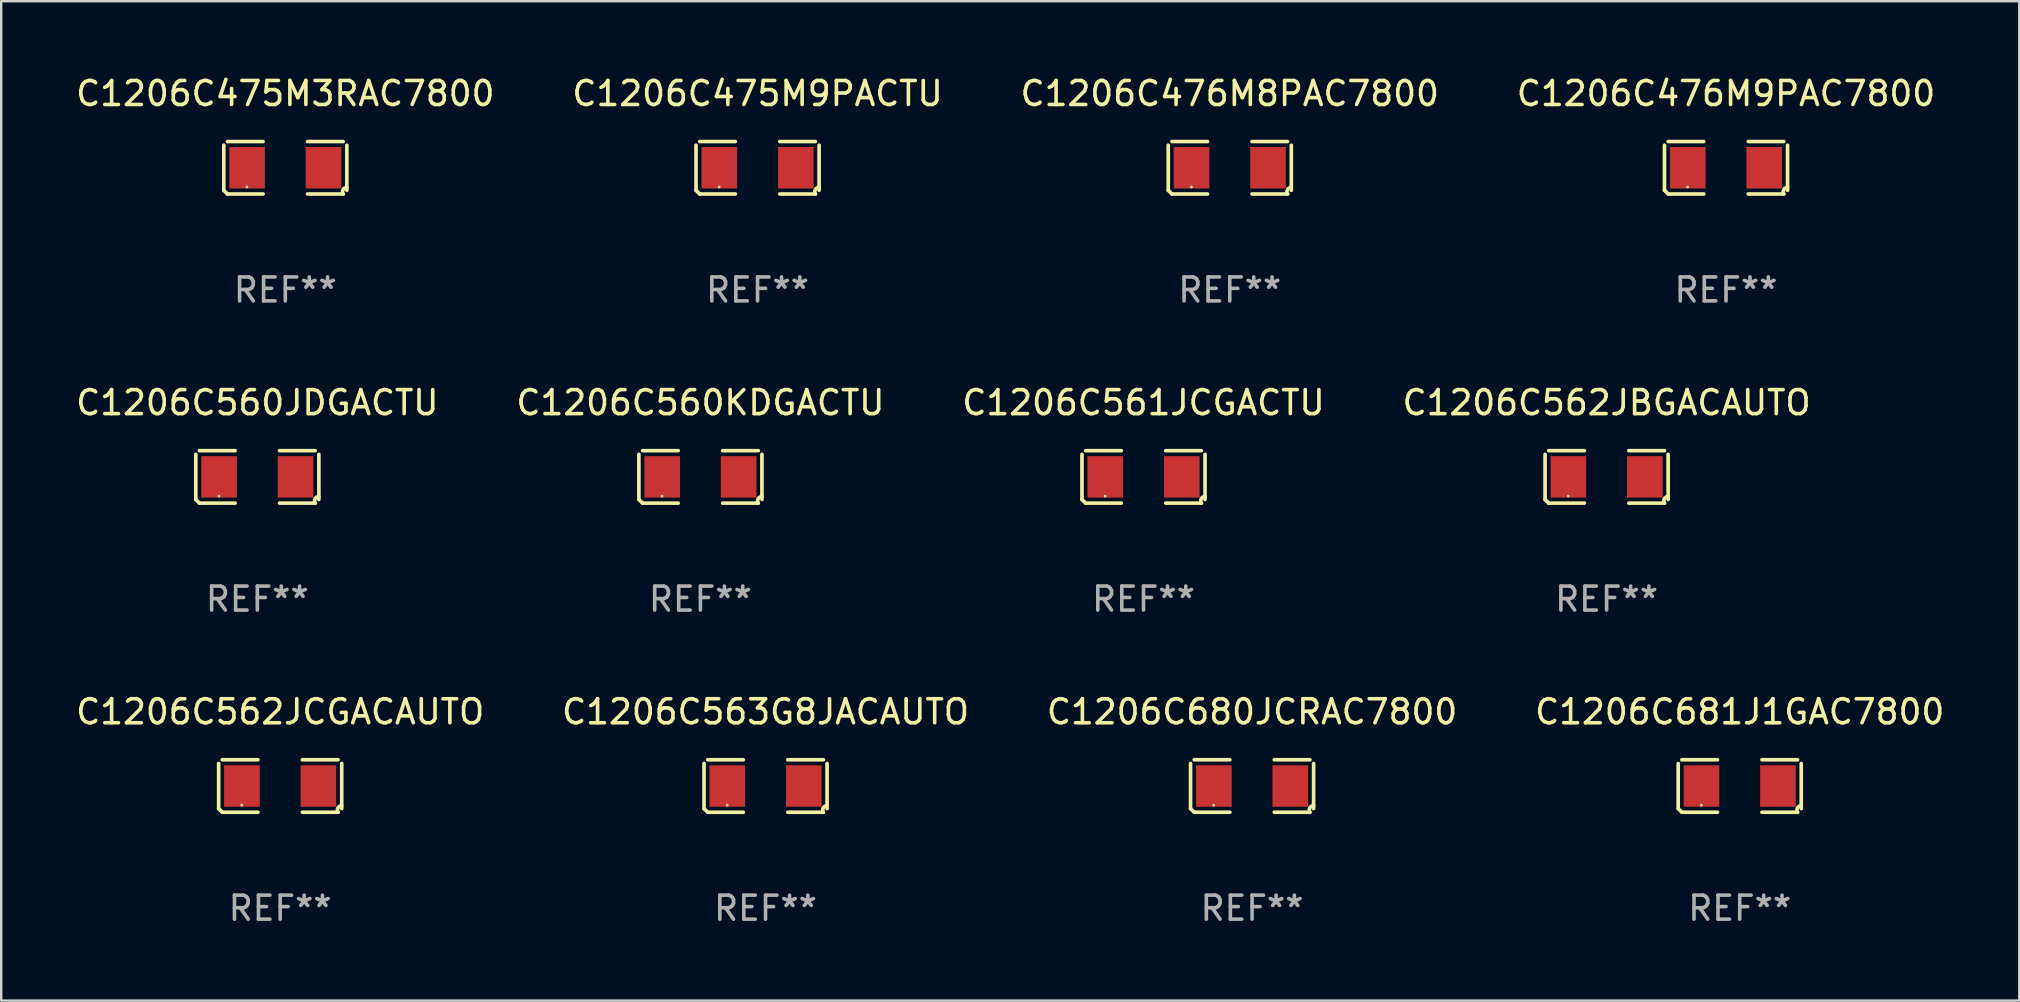
<source format=kicad_pcb>
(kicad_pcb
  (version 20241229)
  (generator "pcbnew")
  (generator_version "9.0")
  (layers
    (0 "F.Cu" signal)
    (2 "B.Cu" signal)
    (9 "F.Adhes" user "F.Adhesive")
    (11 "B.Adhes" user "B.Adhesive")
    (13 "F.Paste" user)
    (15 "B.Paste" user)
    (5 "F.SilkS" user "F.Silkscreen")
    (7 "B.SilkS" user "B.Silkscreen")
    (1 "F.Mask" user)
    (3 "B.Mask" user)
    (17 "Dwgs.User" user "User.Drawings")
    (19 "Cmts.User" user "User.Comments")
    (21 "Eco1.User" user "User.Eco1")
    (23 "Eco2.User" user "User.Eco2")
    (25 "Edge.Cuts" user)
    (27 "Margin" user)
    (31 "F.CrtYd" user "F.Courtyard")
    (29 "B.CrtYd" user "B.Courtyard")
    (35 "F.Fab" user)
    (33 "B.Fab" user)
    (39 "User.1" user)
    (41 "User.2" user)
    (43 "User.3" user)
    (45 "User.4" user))
  (footprint "C1206C560JDGACTU"
    (layer "F.Cu")
    (at 7.673 16.823)
    (property "Reference" "C1206C560JDGACTU" (at 0 -3.093 0) (layer "F.SilkS") (effects (font (size 1 1) (thickness 0.15))))
    (attr through_hole)
    (fp_line (start -2.564 0.94) (end -2.564 -0.94) (stroke (width 0.152) (type solid)) (layer "F.SilkS"))
    (fp_line (start -2.411 -1.093) (end -0.926 -1.093) (stroke (width 0.152) (type solid)) (layer "F.SilkS"))
    (fp_line (start -0.926 1.093) (end -2.411 1.093) (stroke (width 0.152) (type solid)) (layer "F.SilkS"))
    (fp_line (start 0.926 1.093) (end 2.411 1.093) (stroke (width 0.152) (type solid)) (layer "F.SilkS"))
    (fp_line (start 2.411 -1.093) (end 0.926 -1.093) (stroke (width 0.152) (type solid)) (layer "F.SilkS"))
    (fp_line (start 2.564 0.94) (end 2.564 -0.94) (stroke (width 0.152) (type solid)) (layer "F.SilkS"))
    (fp_arc (start -2.411201 1.092609) (mid -2.487413 1.01642) (end -2.563602 0.940208) (stroke (width 0.1524) (type solid)) (layer "F.SilkS"))
    (fp_arc (start 2.411201 1.092609) (mid 2.407159 0.911226) (end 2.563602 0.819347) (stroke (width 0.1524) (type solid)) (layer "F.SilkS"))
    (fp_circle (center -1.6 0.8) (end -1.57 0.8) (stroke (width 0.06) (type solid)) (fill no) (layer "F.SilkS"))
    (fp_text user "REF**" (at 0 5.093 0) (layer "F.Fab") (effects (font (size 1 1) (thickness 0.15))))
    (pad "1" smd rect (at -1.593 0) (size 1.485 1.728) (layers "F.Cu" "F.Mask" "F.Paste"))
    (pad "2" smd rect (at 1.593 0) (size 1.485 1.728) (layers "F.Cu" "F.Mask" "F.Paste")))
  (footprint "C1206C561JCGACTU"
    (layer "F.Cu")
    (at 44.601 16.823)
    (property "Reference" "C1206C561JCGACTU" (at 0 -3.093 0) (layer "F.SilkS") (effects (font (size 1 1) (thickness 0.15))))
    (attr through_hole)
    (fp_line (start -2.564 0.94) (end -2.564 -0.94) (stroke (width 0.152) (type solid)) (layer "F.SilkS"))
    (fp_line (start -2.411 -1.093) (end -0.926 -1.093) (stroke (width 0.152) (type solid)) (layer "F.SilkS"))
    (fp_line (start -0.926 1.093) (end -2.411 1.093) (stroke (width 0.152) (type solid)) (layer "F.SilkS"))
    (fp_line (start 0.926 1.093) (end 2.411 1.093) (stroke (width 0.152) (type solid)) (layer "F.SilkS"))
    (fp_line (start 2.411 -1.093) (end 0.926 -1.093) (stroke (width 0.152) (type solid)) (layer "F.SilkS"))
    (fp_line (start 2.564 0.94) (end 2.564 -0.94) (stroke (width 0.152) (type solid)) (layer "F.SilkS"))
    (fp_arc (start -2.411201 1.092609) (mid -2.487413 1.01642) (end -2.563602 0.940208) (stroke (width 0.1524) (type solid)) (layer "F.SilkS"))
    (fp_arc (start 2.411201 1.092609) (mid 2.407159 0.911226) (end 2.563602 0.819347) (stroke (width 0.1524) (type solid)) (layer "F.SilkS"))
    (fp_circle (center -1.6 0.8) (end -1.57 0.8) (stroke (width 0.06) (type solid)) (fill no) (layer "F.SilkS"))
    (fp_text user "REF**" (at 0 5.093 0) (layer "F.Fab") (effects (font (size 1 1) (thickness 0.15))))
    (pad "1" smd rect (at -1.593 0) (size 1.485 1.728) (layers "F.Cu" "F.Mask" "F.Paste"))
    (pad "2" smd rect (at 1.593 0) (size 1.485 1.728) (layers "F.Cu" "F.Mask" "F.Paste")))
  (footprint "C1206C562JBGACAUTO"
    (layer "F.Cu")
    (at 63.899 16.823)
    (property "Reference" "C1206C562JBGACAUTO" (at 0 -3.093 0) (layer "F.SilkS") (effects (font (size 1 1) (thickness 0.15))))
    (attr through_hole)
    (fp_line (start -2.564 0.94) (end -2.564 -0.94) (stroke (width 0.152) (type solid)) (layer "F.SilkS"))
    (fp_line (start -2.411 -1.093) (end -0.926 -1.093) (stroke (width 0.152) (type solid)) (layer "F.SilkS"))
    (fp_line (start -0.926 1.093) (end -2.411 1.093) (stroke (width 0.152) (type solid)) (layer "F.SilkS"))
    (fp_line (start 0.926 1.093) (end 2.411 1.093) (stroke (width 0.152) (type solid)) (layer "F.SilkS"))
    (fp_line (start 2.411 -1.093) (end 0.926 -1.093) (stroke (width 0.152) (type solid)) (layer "F.SilkS"))
    (fp_line (start 2.564 0.94) (end 2.564 -0.94) (stroke (width 0.152) (type solid)) (layer "F.SilkS"))
    (fp_arc (start -2.411201 1.092609) (mid -2.487413 1.01642) (end -2.563602 0.940208) (stroke (width 0.1524) (type solid)) (layer "F.SilkS"))
    (fp_arc (start 2.411201 1.092609) (mid 2.407159 0.911226) (end 2.563602 0.819347) (stroke (width 0.1524) (type solid)) (layer "F.SilkS"))
    (fp_circle (center -1.6 0.8) (end -1.57 0.8) (stroke (width 0.06) (type solid)) (fill no) (layer "F.SilkS"))
    (fp_text user "REF**" (at 0 5.093 0) (layer "F.Fab") (effects (font (size 1 1) (thickness 0.15))))
    (pad "1" smd rect (at -1.593 0) (size 1.485 1.728) (layers "F.Cu" "F.Mask" "F.Paste"))
    (pad "2" smd rect (at 1.593 0) (size 1.485 1.728) (layers "F.Cu" "F.Mask" "F.Paste")))
  (footprint "C1206C475M3RAC7800"
    (layer "F.Cu")
    (at 8.839 3.941)
    (property "Reference" "C1206C475M3RAC7800" (at 0 -3.093 0) (layer "F.SilkS") (effects (font (size 1 1) (thickness 0.15))))
    (attr through_hole)
    (fp_line (start -2.564 0.94) (end -2.564 -0.94) (stroke (width 0.152) (type solid)) (layer "F.SilkS"))
    (fp_line (start -2.411 -1.093) (end -0.926 -1.093) (stroke (width 0.152) (type solid)) (layer "F.SilkS"))
    (fp_line (start -0.926 1.093) (end -2.411 1.093) (stroke (width 0.152) (type solid)) (layer "F.SilkS"))
    (fp_line (start 0.926 1.093) (end 2.411 1.093) (stroke (width 0.152) (type solid)) (layer "F.SilkS"))
    (fp_line (start 2.411 -1.093) (end 0.926 -1.093) (stroke (width 0.152) (type solid)) (layer "F.SilkS"))
    (fp_line (start 2.564 0.94) (end 2.564 -0.94) (stroke (width 0.152) (type solid)) (layer "F.SilkS"))
    (fp_arc (start -2.411201 1.092609) (mid -2.487413 1.01642) (end -2.563602 0.940208) (stroke (width 0.1524) (type solid)) (layer "F.SilkS"))
    (fp_arc (start 2.411201 1.092609) (mid 2.407159 0.911226) (end 2.563602 0.819347) (stroke (width 0.1524) (type solid)) (layer "F.SilkS"))
    (fp_circle (center -1.6 0.8) (end -1.57 0.8) (stroke (width 0.06) (type solid)) (fill no) (layer "F.SilkS"))
    (fp_text user "REF**" (at 0 5.093 0) (layer "F.Fab") (effects (font (size 1 1) (thickness 0.15))))
    (pad "1" smd rect (at -1.593 0) (size 1.485 1.728) (layers "F.Cu" "F.Mask" "F.Paste"))
    (pad "2" smd rect (at 1.593 0) (size 1.485 1.728) (layers "F.Cu" "F.Mask" "F.Paste")))
  (footprint "C1206C560KDGACTU"
    (layer "F.Cu")
    (at 26.137 16.823)
    (property "Reference" "C1206C560KDGACTU" (at 0 -3.093 0) (layer "F.SilkS") (effects (font (size 1 1) (thickness 0.15))))
    (attr through_hole)
    (fp_line (start -2.564 0.94) (end -2.564 -0.94) (stroke (width 0.152) (type solid)) (layer "F.SilkS"))
    (fp_line (start -2.411 -1.093) (end -0.926 -1.093) (stroke (width 0.152) (type solid)) (layer "F.SilkS"))
    (fp_line (start -0.926 1.093) (end -2.411 1.093) (stroke (width 0.152) (type solid)) (layer "F.SilkS"))
    (fp_line (start 0.926 1.093) (end 2.411 1.093) (stroke (width 0.152) (type solid)) (layer "F.SilkS"))
    (fp_line (start 2.411 -1.093) (end 0.926 -1.093) (stroke (width 0.152) (type solid)) (layer "F.SilkS"))
    (fp_line (start 2.564 0.94) (end 2.564 -0.94) (stroke (width 0.152) (type solid)) (layer "F.SilkS"))
    (fp_arc (start -2.411201 1.092609) (mid -2.487413 1.01642) (end -2.563602 0.940208) (stroke (width 0.1524) (type solid)) (layer "F.SilkS"))
    (fp_arc (start 2.411201 1.092609) (mid 2.407159 0.911226) (end 2.563602 0.819347) (stroke (width 0.1524) (type solid)) (layer "F.SilkS"))
    (fp_circle (center -1.6 0.8) (end -1.57 0.8) (stroke (width 0.06) (type solid)) (fill no) (layer "F.SilkS"))
    (fp_text user "REF**" (at 0 5.093 0) (layer "F.Fab") (effects (font (size 1 1) (thickness 0.15))))
    (pad "1" smd rect (at -1.593 0) (size 1.485 1.728) (layers "F.Cu" "F.Mask" "F.Paste"))
    (pad "2" smd rect (at 1.593 0) (size 1.485 1.728) (layers "F.Cu" "F.Mask" "F.Paste")))
  (footprint "C1206C476M9PAC7800"
    (layer "F.Cu")
    (at 68.875 3.941)
    (property "Reference" "C1206C476M9PAC7800" (at 0 -3.093 0) (layer "F.SilkS") (effects (font (size 1 1) (thickness 0.15))))
    (attr through_hole)
    (fp_line (start -2.564 0.94) (end -2.564 -0.94) (stroke (width 0.152) (type solid)) (layer "F.SilkS"))
    (fp_line (start -2.411 -1.093) (end -0.926 -1.093) (stroke (width 0.152) (type solid)) (layer "F.SilkS"))
    (fp_line (start -0.926 1.093) (end -2.411 1.093) (stroke (width 0.152) (type solid)) (layer "F.SilkS"))
    (fp_line (start 0.926 1.093) (end 2.411 1.093) (stroke (width 0.152) (type solid)) (layer "F.SilkS"))
    (fp_line (start 2.411 -1.093) (end 0.926 -1.093) (stroke (width 0.152) (type solid)) (layer "F.SilkS"))
    (fp_line (start 2.564 0.94) (end 2.564 -0.94) (stroke (width 0.152) (type solid)) (layer "F.SilkS"))
    (fp_arc (start -2.411201 1.092609) (mid -2.487413 1.01642) (end -2.563602 0.940208) (stroke (width 0.1524) (type solid)) (layer "F.SilkS"))
    (fp_arc (start 2.411201 1.092609) (mid 2.407159 0.911226) (end 2.563602 0.819347) (stroke (width 0.1524) (type solid)) (layer "F.SilkS"))
    (fp_circle (center -1.6 0.8) (end -1.57 0.8) (stroke (width 0.06) (type solid)) (fill no) (layer "F.SilkS"))
    (fp_text user "REF**" (at 0 5.093 0) (layer "F.Fab") (effects (font (size 1 1) (thickness 0.15))))
    (pad "1" smd rect (at -1.593 0) (size 1.485 1.728) (layers "F.Cu" "F.Mask" "F.Paste"))
    (pad "2" smd rect (at 1.593 0) (size 1.485 1.728) (layers "F.Cu" "F.Mask" "F.Paste")))
  (footprint "C1206C562JCGACAUTO"
    (layer "F.Cu")
    (at 8.625 29.704)
    (property "Reference" "C1206C562JCGACAUTO" (at 0 -3.093 0) (layer "F.SilkS") (effects (font (size 1 1) (thickness 0.15))))
    (attr through_hole)
    (fp_line (start -2.564 0.94) (end -2.564 -0.94) (stroke (width 0.152) (type solid)) (layer "F.SilkS"))
    (fp_line (start -2.411 -1.093) (end -0.926 -1.093) (stroke (width 0.152) (type solid)) (layer "F.SilkS"))
    (fp_line (start -0.926 1.093) (end -2.411 1.093) (stroke (width 0.152) (type solid)) (layer "F.SilkS"))
    (fp_line (start 0.926 1.093) (end 2.411 1.093) (stroke (width 0.152) (type solid)) (layer "F.SilkS"))
    (fp_line (start 2.411 -1.093) (end 0.926 -1.093) (stroke (width 0.152) (type solid)) (layer "F.SilkS"))
    (fp_line (start 2.564 0.94) (end 2.564 -0.94) (stroke (width 0.152) (type solid)) (layer "F.SilkS"))
    (fp_arc (start -2.411201 1.092609) (mid -2.487413 1.01642) (end -2.563602 0.940208) (stroke (width 0.1524) (type solid)) (layer "F.SilkS"))
    (fp_arc (start 2.411201 1.092609) (mid 2.407159 0.911226) (end 2.563602 0.819347) (stroke (width 0.1524) (type solid)) (layer "F.SilkS"))
    (fp_circle (center -1.6 0.8) (end -1.57 0.8) (stroke (width 0.06) (type solid)) (fill no) (layer "F.SilkS"))
    (fp_text user "REF**" (at 0 5.093 0) (layer "F.Fab") (effects (font (size 1 1) (thickness 0.15))))
    (pad "1" smd rect (at -1.593 0) (size 1.485 1.728) (layers "F.Cu" "F.Mask" "F.Paste"))
    (pad "2" smd rect (at 1.593 0) (size 1.485 1.728) (layers "F.Cu" "F.Mask" "F.Paste")))
  (footprint "C1206C681J1GAC7800"
    (layer "F.Cu")
    (at 69.446 29.704)
    (property "Reference" "C1206C681J1GAC7800" (at 0 -3.093 0) (layer "F.SilkS") (effects (font (size 1 1) (thickness 0.15))))
    (attr through_hole)
    (fp_line (start -2.564 0.94) (end -2.564 -0.94) (stroke (width 0.152) (type solid)) (layer "F.SilkS"))
    (fp_line (start -2.411 -1.093) (end -0.926 -1.093) (stroke (width 0.152) (type solid)) (layer "F.SilkS"))
    (fp_line (start -0.926 1.093) (end -2.411 1.093) (stroke (width 0.152) (type solid)) (layer "F.SilkS"))
    (fp_line (start 0.926 1.093) (end 2.411 1.093) (stroke (width 0.152) (type solid)) (layer "F.SilkS"))
    (fp_line (start 2.411 -1.093) (end 0.926 -1.093) (stroke (width 0.152) (type solid)) (layer "F.SilkS"))
    (fp_line (start 2.564 0.94) (end 2.564 -0.94) (stroke (width 0.152) (type solid)) (layer "F.SilkS"))
    (fp_arc (start -2.411201 1.092609) (mid -2.487413 1.01642) (end -2.563602 0.940208) (stroke (width 0.1524) (type solid)) (layer "F.SilkS"))
    (fp_arc (start 2.411201 1.092609) (mid 2.407159 0.911226) (end 2.563602 0.819347) (stroke (width 0.1524) (type solid)) (layer "F.SilkS"))
    (fp_circle (center -1.6 0.8) (end -1.57 0.8) (stroke (width 0.06) (type solid)) (fill no) (layer "F.SilkS"))
    (fp_text user "REF**" (at 0 5.093 0) (layer "F.Fab") (effects (font (size 1 1) (thickness 0.15))))
    (pad "1" smd rect (at -1.593 0) (size 1.485 1.728) (layers "F.Cu" "F.Mask" "F.Paste"))
    (pad "2" smd rect (at 1.593 0) (size 1.485 1.728) (layers "F.Cu" "F.Mask" "F.Paste")))
  (footprint "C1206C680JCRAC7800"
    (layer "F.Cu")
    (at 49.125 29.704)
    (property "Reference" "C1206C680JCRAC7800" (at 0 -3.093 0) (layer "F.SilkS") (effects (font (size 1 1) (thickness 0.15))))
    (attr through_hole)
    (fp_line (start -2.564 0.94) (end -2.564 -0.94) (stroke (width 0.152) (type solid)) (layer "F.SilkS"))
    (fp_line (start -2.411 -1.093) (end -0.926 -1.093) (stroke (width 0.152) (type solid)) (layer "F.SilkS"))
    (fp_line (start -0.926 1.093) (end -2.411 1.093) (stroke (width 0.152) (type solid)) (layer "F.SilkS"))
    (fp_line (start 0.926 1.093) (end 2.411 1.093) (stroke (width 0.152) (type solid)) (layer "F.SilkS"))
    (fp_line (start 2.411 -1.093) (end 0.926 -1.093) (stroke (width 0.152) (type solid)) (layer "F.SilkS"))
    (fp_line (start 2.564 0.94) (end 2.564 -0.94) (stroke (width 0.152) (type solid)) (layer "F.SilkS"))
    (fp_arc (start -2.411201 1.092609) (mid -2.487413 1.01642) (end -2.563602 0.940208) (stroke (width 0.1524) (type solid)) (layer "F.SilkS"))
    (fp_arc (start 2.411201 1.092609) (mid 2.407159 0.911226) (end 2.563602 0.819347) (stroke (width 0.1524) (type solid)) (layer "F.SilkS"))
    (fp_circle (center -1.6 0.8) (end -1.57 0.8) (stroke (width 0.06) (type solid)) (fill no) (layer "F.SilkS"))
    (fp_text user "REF**" (at 0 5.093 0) (layer "F.Fab") (effects (font (size 1 1) (thickness 0.15))))
    (pad "1" smd rect (at -1.593 0) (size 1.485 1.728) (layers "F.Cu" "F.Mask" "F.Paste"))
    (pad "2" smd rect (at 1.593 0) (size 1.485 1.728) (layers "F.Cu" "F.Mask" "F.Paste")))
  (footprint "C1206C563G8JACAUTO"
    (layer "F.Cu")
    (at 28.851 29.704)
    (property "Reference" "C1206C563G8JACAUTO" (at 0 -3.093 0) (layer "F.SilkS") (effects (font (size 1 1) (thickness 0.15))))
    (attr through_hole)
    (fp_line (start -2.564 0.94) (end -2.564 -0.94) (stroke (width 0.152) (type solid)) (layer "F.SilkS"))
    (fp_line (start -2.411 -1.093) (end -0.926 -1.093) (stroke (width 0.152) (type solid)) (layer "F.SilkS"))
    (fp_line (start -0.926 1.093) (end -2.411 1.093) (stroke (width 0.152) (type solid)) (layer "F.SilkS"))
    (fp_line (start 0.926 1.093) (end 2.411 1.093) (stroke (width 0.152) (type solid)) (layer "F.SilkS"))
    (fp_line (start 2.411 -1.093) (end 0.926 -1.093) (stroke (width 0.152) (type solid)) (layer "F.SilkS"))
    (fp_line (start 2.564 0.94) (end 2.564 -0.94) (stroke (width 0.152) (type solid)) (layer "F.SilkS"))
    (fp_arc (start -2.411201 1.092609) (mid -2.487413 1.01642) (end -2.563602 0.940208) (stroke (width 0.1524) (type solid)) (layer "F.SilkS"))
    (fp_arc (start 2.411201 1.092609) (mid 2.407159 0.911226) (end 2.563602 0.819347) (stroke (width 0.1524) (type solid)) (layer "F.SilkS"))
    (fp_circle (center -1.6 0.8) (end -1.57 0.8) (stroke (width 0.06) (type solid)) (fill no) (layer "F.SilkS"))
    (fp_text user "REF**" (at 0 5.093 0) (layer "F.Fab") (effects (font (size 1 1) (thickness 0.15))))
    (pad "1" smd rect (at -1.593 0) (size 1.485 1.728) (layers "F.Cu" "F.Mask" "F.Paste"))
    (pad "2" smd rect (at 1.593 0) (size 1.485 1.728) (layers "F.Cu" "F.Mask" "F.Paste")))
  (footprint "C1206C475M9PACTU"
    (layer "F.Cu")
    (at 28.518 3.941)
    (property "Reference" "C1206C475M9PACTU" (at 0 -3.093 0) (layer "F.SilkS") (effects (font (size 1 1) (thickness 0.15))))
    (attr through_hole)
    (fp_line (start -2.564 0.94) (end -2.564 -0.94) (stroke (width 0.152) (type solid)) (layer "F.SilkS"))
    (fp_line (start -2.411 -1.093) (end -0.926 -1.093) (stroke (width 0.152) (type solid)) (layer "F.SilkS"))
    (fp_line (start -0.926 1.093) (end -2.411 1.093) (stroke (width 0.152) (type solid)) (layer "F.SilkS"))
    (fp_line (start 0.926 1.093) (end 2.411 1.093) (stroke (width 0.152) (type solid)) (layer "F.SilkS"))
    (fp_line (start 2.411 -1.093) (end 0.926 -1.093) (stroke (width 0.152) (type solid)) (layer "F.SilkS"))
    (fp_line (start 2.564 0.94) (end 2.564 -0.94) (stroke (width 0.152) (type solid)) (layer "F.SilkS"))
    (fp_arc (start -2.411201 1.092609) (mid -2.487413 1.01642) (end -2.563602 0.940208) (stroke (width 0.1524) (type solid)) (layer "F.SilkS"))
    (fp_arc (start 2.411201 1.092609) (mid 2.407159 0.911226) (end 2.563602 0.819347) (stroke (width 0.1524) (type solid)) (layer "F.SilkS"))
    (fp_circle (center -1.6 0.8) (end -1.57 0.8) (stroke (width 0.06) (type solid)) (fill no) (layer "F.SilkS"))
    (fp_text user "REF**" (at 0 5.093 0) (layer "F.Fab") (effects (font (size 1 1) (thickness 0.15))))
    (pad "1" smd rect (at -1.593 0) (size 1.485 1.728) (layers "F.Cu" "F.Mask" "F.Paste"))
    (pad "2" smd rect (at 1.593 0) (size 1.485 1.728) (layers "F.Cu" "F.Mask" "F.Paste")))
  (footprint "C1206C476M8PAC7800"
    (layer "F.Cu")
    (at 48.196 3.941)
    (property "Reference" "C1206C476M8PAC7800" (at 0 -3.093 0) (layer "F.SilkS") (effects (font (size 1 1) (thickness 0.15))))
    (attr through_hole)
    (fp_line (start -2.564 0.94) (end -2.564 -0.94) (stroke (width 0.152) (type solid)) (layer "F.SilkS"))
    (fp_line (start -2.411 -1.093) (end -0.926 -1.093) (stroke (width 0.152) (type solid)) (layer "F.SilkS"))
    (fp_line (start -0.926 1.093) (end -2.411 1.093) (stroke (width 0.152) (type solid)) (layer "F.SilkS"))
    (fp_line (start 0.926 1.093) (end 2.411 1.093) (stroke (width 0.152) (type solid)) (layer "F.SilkS"))
    (fp_line (start 2.411 -1.093) (end 0.926 -1.093) (stroke (width 0.152) (type solid)) (layer "F.SilkS"))
    (fp_line (start 2.564 0.94) (end 2.564 -0.94) (stroke (width 0.152) (type solid)) (layer "F.SilkS"))
    (fp_arc (start -2.411201 1.092609) (mid -2.487413 1.01642) (end -2.563602 0.940208) (stroke (width 0.1524) (type solid)) (layer "F.SilkS"))
    (fp_arc (start 2.411201 1.092609) (mid 2.407159 0.911226) (end 2.563602 0.819347) (stroke (width 0.1524) (type solid)) (layer "F.SilkS"))
    (fp_circle (center -1.6 0.8) (end -1.57 0.8) (stroke (width 0.06) (type solid)) (fill no) (layer "F.SilkS"))
    (fp_text user "REF**" (at 0 5.093 0) (layer "F.Fab") (effects (font (size 1 1) (thickness 0.15))))
    (pad "1" smd rect (at -1.593 0) (size 1.485 1.728) (layers "F.Cu" "F.Mask" "F.Paste"))
    (pad "2" smd rect (at 1.593 0) (size 1.485 1.728) (layers "F.Cu" "F.Mask" "F.Paste")))
  (gr_rect
    (start -3 -3)
    (end 81.095 38.645)
    (stroke (width 0.1) (type default))
    (fill no)
    (layer "Edge.Cuts")))
</source>
